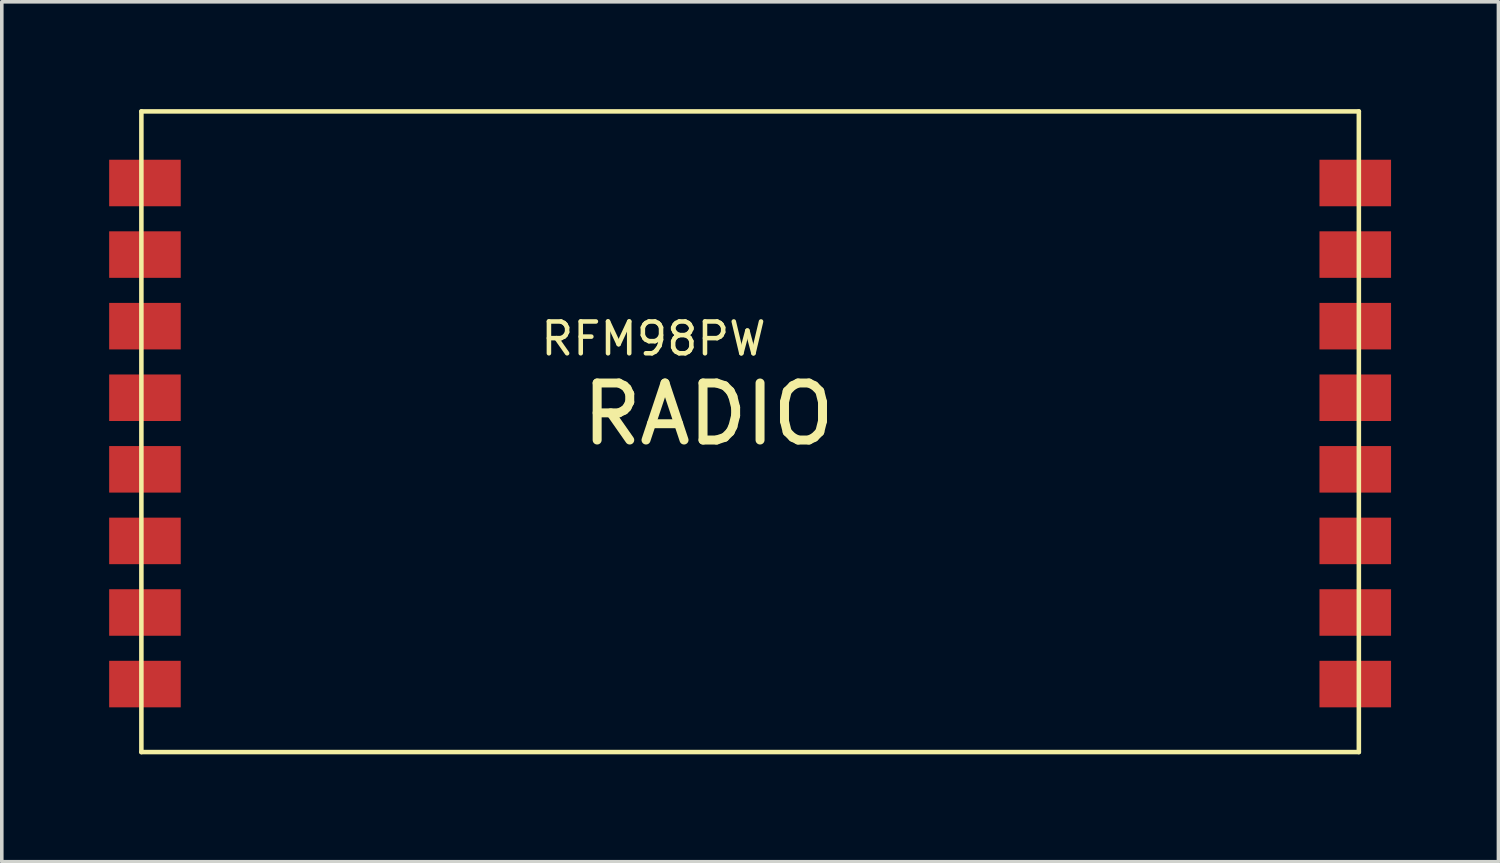
<source format=kicad_pcb>
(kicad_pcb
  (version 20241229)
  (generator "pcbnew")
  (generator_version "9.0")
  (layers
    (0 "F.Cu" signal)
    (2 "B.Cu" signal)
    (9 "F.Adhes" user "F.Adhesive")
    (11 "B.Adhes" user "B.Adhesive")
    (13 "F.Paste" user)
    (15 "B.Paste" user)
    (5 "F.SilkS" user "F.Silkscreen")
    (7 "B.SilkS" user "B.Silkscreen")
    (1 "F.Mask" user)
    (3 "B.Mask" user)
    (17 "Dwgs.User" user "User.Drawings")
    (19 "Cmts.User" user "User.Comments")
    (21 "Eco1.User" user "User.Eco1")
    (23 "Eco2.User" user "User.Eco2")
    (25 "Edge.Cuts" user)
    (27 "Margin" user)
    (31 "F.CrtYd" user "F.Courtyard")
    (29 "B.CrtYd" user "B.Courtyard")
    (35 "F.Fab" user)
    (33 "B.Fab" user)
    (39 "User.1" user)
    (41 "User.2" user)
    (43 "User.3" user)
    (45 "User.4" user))
  (footprint "RFM98PW"
    (layer "F.Cu")
    (at 17.408 8.563)
    (property "Reference" "RFM98PW" (at 1.016 -2.667 0) (layer "F.SilkS") (effects (font (size 0.889 0.889) (thickness 0.127)) (justify right top)))
    (attr through_hole)
    (fp_line (start -16.508 -8.5) (end 17.508 -8.5) (stroke (width 0.127) (type solid)) (layer "F.SilkS"))
    (fp_line (start -16.508 9.4) (end -16.508 -8.5) (stroke (width 0.127) (type solid)) (layer "F.SilkS"))
    (fp_line (start -16.508 9.4) (end 17.508 9.4) (stroke (width 0.127) (type solid)) (layer "F.SilkS"))
    (fp_line (start 17.508 -8.5) (end 17.508 9.4) (stroke (width 0.127) (type solid)) (layer "F.SilkS"))
    (fp_text user "RADIO" (at -4.318 0.889 0) (layer "F.SilkS") (effects (font (size 1.593 1.593) (thickness 0.251)) (justify left bottom)))
    (pad "1" smd rect (at 17.408 7.5) (size 2 1.3) (layers "F.Cu" "F.Mask" "F.Paste"))
    (pad "2" smd rect (at 17.408 5.5) (size 2 1.3) (layers "F.Cu" "F.Mask" "F.Paste"))
    (pad "3" smd rect (at 17.408 3.5) (size 2 1.3) (layers "F.Cu" "F.Mask" "F.Paste"))
    (pad "4" smd rect (at 17.408 1.5) (size 2 1.3) (layers "F.Cu" "F.Mask" "F.Paste"))
    (pad "5" smd rect (at 17.408 -0.5) (size 2 1.3) (layers "F.Cu" "F.Mask" "F.Paste"))
    (pad "6" smd rect (at 17.408 -2.5) (size 2 1.3) (layers "F.Cu" "F.Mask" "F.Paste"))
    (pad "7" smd rect (at 17.408 -4.5) (size 2 1.3) (layers "F.Cu" "F.Mask" "F.Paste"))
    (pad "8" smd rect (at 17.408 -6.5) (size 2 1.3) (layers "F.Cu" "F.Mask" "F.Paste"))
    (pad "9" smd rect (at -16.408 -6.5) (size 2 1.3) (layers "F.Cu" "F.Mask" "F.Paste"))
    (pad "10" smd rect (at -16.408 -4.5) (size 2 1.3) (layers "F.Cu" "F.Mask" "F.Paste"))
    (pad "11" smd rect (at -16.408 -2.5) (size 2 1.3) (layers "F.Cu" "F.Mask" "F.Paste"))
    (pad "12" smd rect (at -16.408 -0.5) (size 2 1.3) (layers "F.Cu" "F.Mask" "F.Paste"))
    (pad "13" smd rect (at -16.408 1.5) (size 2 1.3) (layers "F.Cu" "F.Mask" "F.Paste"))
    (pad "14" smd rect (at -16.408 3.5) (size 2 1.3) (layers "F.Cu" "F.Mask" "F.Paste"))
    (pad "15" smd rect (at -16.408 5.5) (size 2 1.3) (layers "F.Cu" "F.Mask" "F.Paste"))
    (pad "16" smd rect (at -16.408 7.5) (size 2 1.3) (layers "F.Cu" "F.Mask" "F.Paste")))
  (gr_rect
    (start -3 -3)
    (end 38.816 21.027)
    (stroke (width 0.1) (type default))
    (fill no)
    (layer "Edge.Cuts")))
</source>
